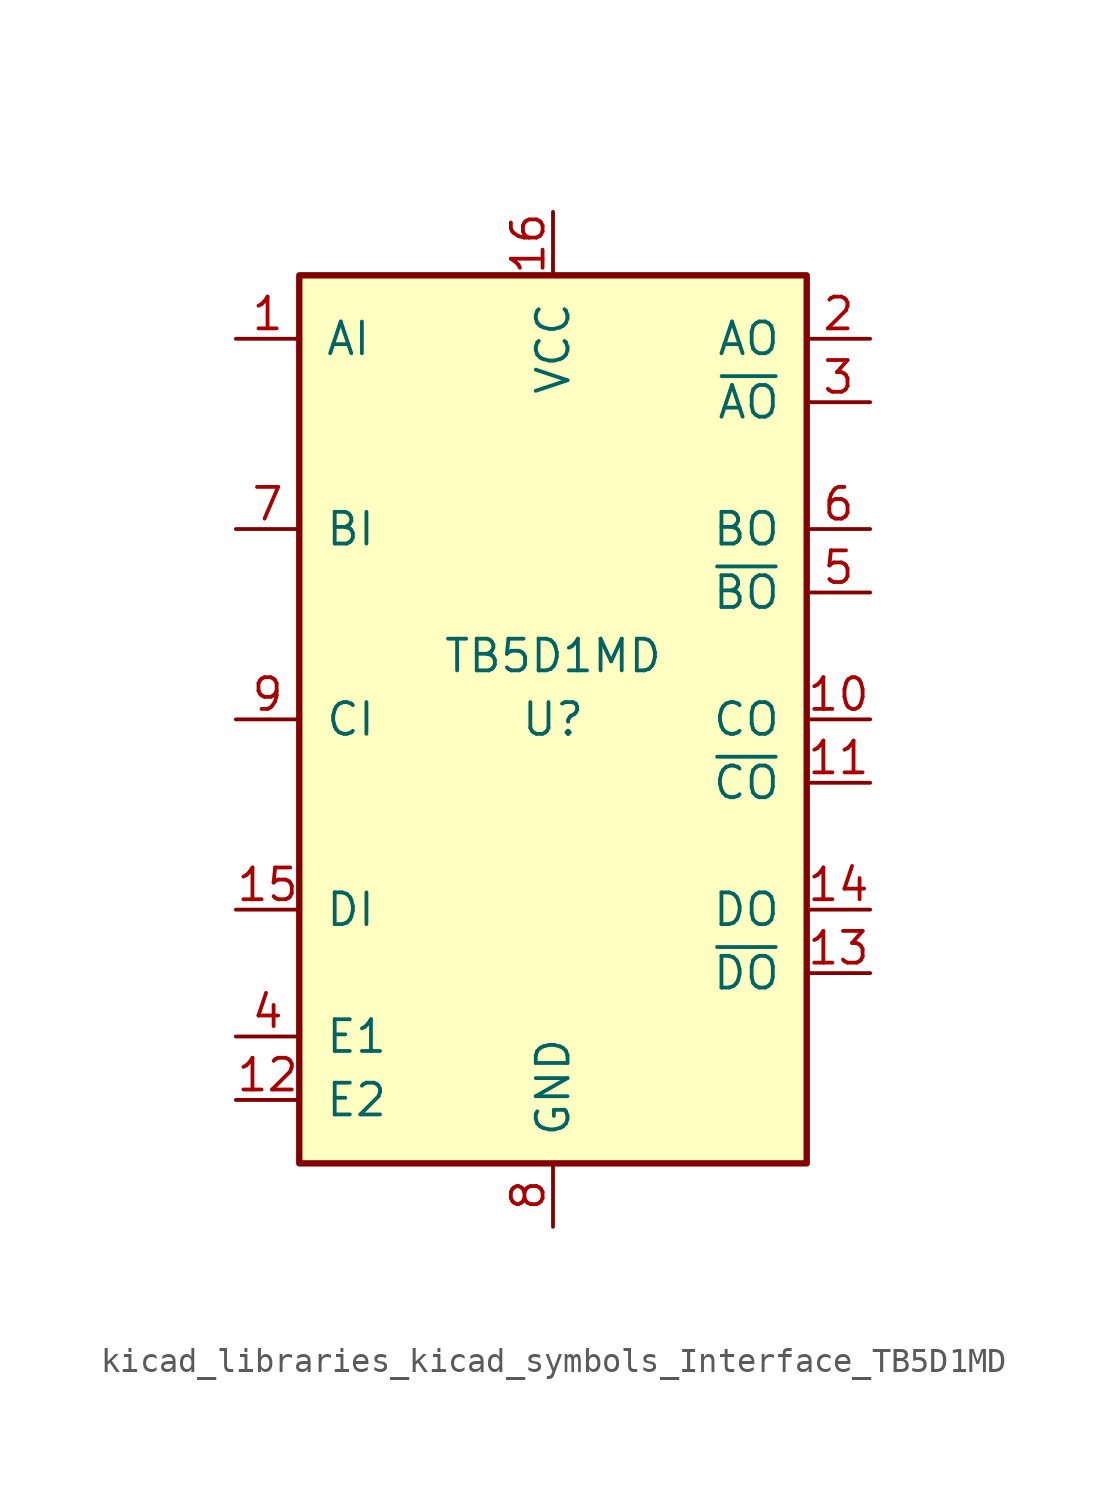
<source format=kicad_sym>
(kicad_symbol_lib
  (version 20220914)
  (generator kicad_symbol_editor)
  (symbol "kicad_libraries_kicad_symbols_Interface_TB5D1MD"
    (pin_names
      (offset 1.016))
    (property "Reference" "U"
      (at 0 0 0)
      (effects (font (size 1.27 1.27))))
    (property "Value" "TB5D1MD"
      (at 0 2.54 0)
      (effects (font (size 1.27 1.27))))
    (symbol "kicad_libraries_kicad_symbols_Interface_TB5D1MD_0_1"
      (rectangle (start -10.16 -17.78) (end 10.16 17.78) (stroke (width 0.254) (type default)) (fill (type background))))
    (symbol "kicad_libraries_kicad_symbols_Interface_TB5D1MD_1_1"
      (pin input line (at -12.7 15.24 0) (length 2.54) (name "AI" (effects (font (size 1.27 1.27)))) (number "1" (effects (font (size 1.27 1.27)))))
      (pin output line (at 12.7 0 180) (length 2.54) (name "CO" (effects (font (size 1.27 1.27)))) (number "10" (effects (font (size 1.27 1.27)))))
      (pin output line (at 12.7 -2.54 180) (length 2.54) (name "~{CO}" (effects (font (size 1.27 1.27)))) (number "11" (effects (font (size 1.27 1.27)))))
      (pin input line (at -12.7 -15.24 0) (length 2.54) (name "E2" (effects (font (size 1.27 1.27)))) (number "12" (effects (font (size 1.27 1.27)))))
      (pin output line (at 12.7 -10.16 180) (length 2.54) (name "~{DO}" (effects (font (size 1.27 1.27)))) (number "13" (effects (font (size 1.27 1.27)))))
      (pin output line (at 12.7 -7.62 180) (length 2.54) (name "DO" (effects (font (size 1.27 1.27)))) (number "14" (effects (font (size 1.27 1.27)))))
      (pin input line (at -12.7 -7.62 0) (length 2.54) (name "DI" (effects (font (size 1.27 1.27)))) (number "15" (effects (font (size 1.27 1.27)))))
      (pin power_in line (at 0 20.32 270) (length 2.54) (name "VCC" (effects (font (size 1.27 1.27)))) (number "16" (effects (font (size 1.27 1.27)))))
      (pin output line (at 12.7 15.24 180) (length 2.54) (name "AO" (effects (font (size 1.27 1.27)))) (number "2" (effects (font (size 1.27 1.27)))))
      (pin output line (at 12.7 12.7 180) (length 2.54) (name "~{AO}" (effects (font (size 1.27 1.27)))) (number "3" (effects (font (size 1.27 1.27)))))
      (pin input line (at -12.7 -12.7 0) (length 2.54) (name "E1" (effects (font (size 1.27 1.27)))) (number "4" (effects (font (size 1.27 1.27)))))
      (pin output line (at 12.7 5.08 180) (length 2.54) (name "~{BO}" (effects (font (size 1.27 1.27)))) (number "5" (effects (font (size 1.27 1.27)))))
      (pin output line (at 12.7 7.62 180) (length 2.54) (name "BO" (effects (font (size 1.27 1.27)))) (number "6" (effects (font (size 1.27 1.27)))))
      (pin input line (at -12.7 7.62 0) (length 2.54) (name "BI" (effects (font (size 1.27 1.27)))) (number "7" (effects (font (size 1.27 1.27)))))
      (pin power_in line (at 0 -20.32 90) (length 2.54) (name "GND" (effects (font (size 1.27 1.27)))) (number "8" (effects (font (size 1.27 1.27)))))
      (pin input line (at -12.7 0 0) (length 2.54) (name "CI" (effects (font (size 1.27 1.27)))) (number "9" (effects (font (size 1.27 1.27))))))))
</source>
